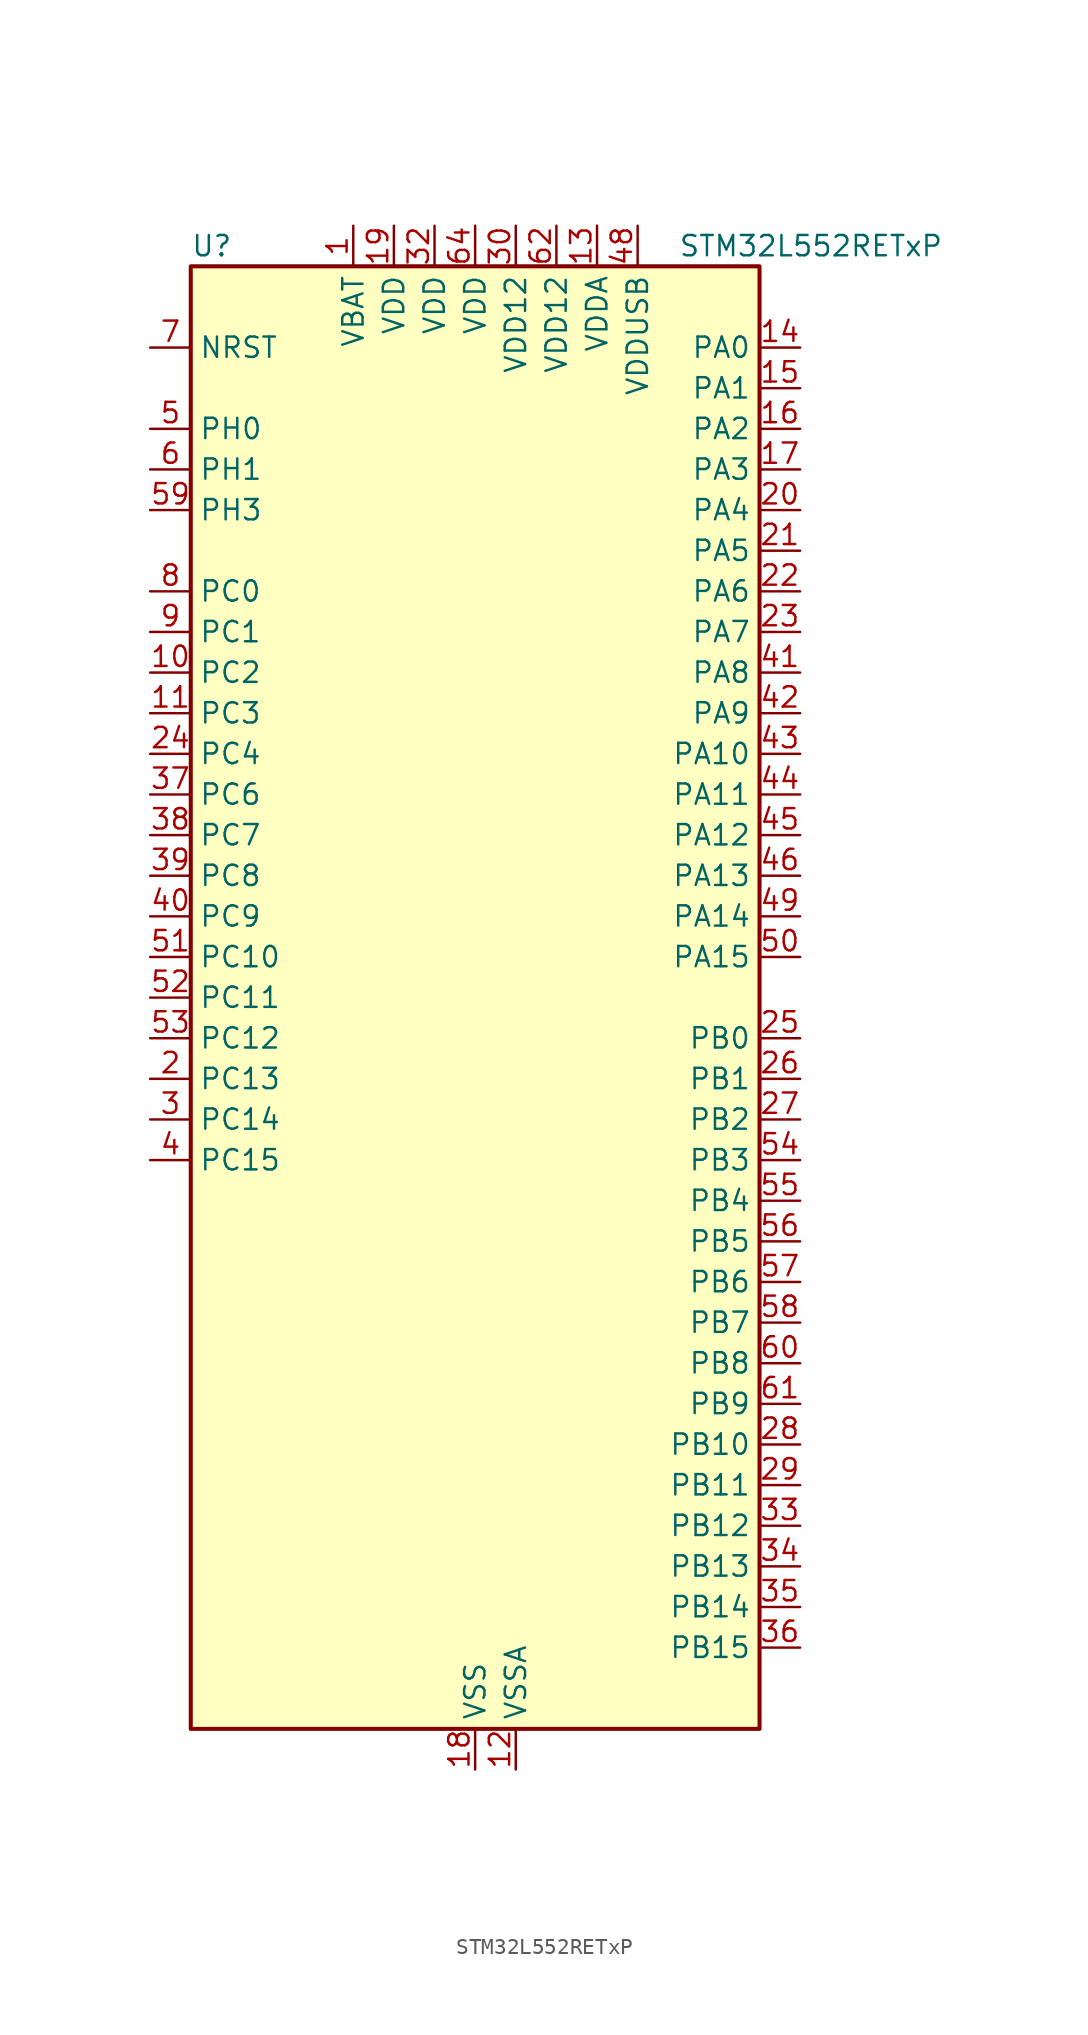
<source format=kicad_sym>
(kicad_symbol_lib
  (version 20241209)
  (generator "kicad_symbol_editor")
  (generator_version "9.0")
  (symbol "STM32L552RETxP"
    (property "Reference" "U"
      (at -17.78 46.99 0)
      (effects (font (size 1.27 1.27)) (justify left)))
    (property "Value" "STM32L552RETxP"
      (at 12.7 46.99 0)
      (effects (font (size 1.27 1.27)) (justify left)))
    (symbol "STM32L552RETxP_0_1"
      (rectangle (start -17.78 -45.72) (end 17.78 45.72) (stroke (width 0.254) (type default)) (fill (type background))))
    (symbol "STM32L552RETxP_1_1"
      (pin input line (at -20.32 40.64 0) (length 2.54) (name "NRST" (effects (font (size 1.27 1.27)))) (number "7" (effects (font (size 1.27 1.27)))))
      (pin bidirectional line (at -20.32 35.56 0) (length 2.54) (name "PH0" (effects (font (size 1.27 1.27)))) (number "5" (effects (font (size 1.27 1.27)))) (alternate "RCC_OSC_IN" bidirectional line))
      (pin bidirectional line (at -20.32 33.02 0) (length 2.54) (name "PH1" (effects (font (size 1.27 1.27)))) (number "6" (effects (font (size 1.27 1.27)))) (alternate "RCC_OSC_OUT" bidirectional line))
      (pin bidirectional line (at -20.32 30.48 0) (length 2.54) (name "PH3" (effects (font (size 1.27 1.27)))) (number "59" (effects (font (size 1.27 1.27)))))
      (pin bidirectional line (at -20.32 25.4 0) (length 2.54) (name "PC0" (effects (font (size 1.27 1.27)))) (number "8" (effects (font (size 1.27 1.27)))) (alternate "ADC1_IN1" bidirectional line) (alternate "ADC2_IN1" bidirectional line) (alternate "I2C3_SCL" bidirectional line) (alternate "LPTIM1_IN1" bidirectional line) (alternate "LPTIM2_IN1" bidirectional line) (alternate "LPUART1_RX" bidirectional line) (alternate "OCTOSPI1_IO7" bidirectional line) (alternate "SAI2_FS_A" bidirectional line))
      (pin bidirectional line (at -20.32 22.86 0) (length 2.54) (name "PC1" (effects (font (size 1.27 1.27)))) (number "9" (effects (font (size 1.27 1.27)))) (alternate "ADC1_IN2" bidirectional line) (alternate "ADC2_IN2" bidirectional line) (alternate "DEBUG_TRACED0" bidirectional line) (alternate "I2C3_SDA" bidirectional line) (alternate "LPTIM1_OUT" bidirectional line) (alternate "LPUART1_TX" bidirectional line) (alternate "OCTOSPI1_IO4" bidirectional line) (alternate "SAI1_SD_A" bidirectional line) (alternate "SPI2_MOSI" bidirectional line))
      (pin bidirectional line (at -20.32 20.32 0) (length 2.54) (name "PC2" (effects (font (size 1.27 1.27)))) (number "10" (effects (font (size 1.27 1.27)))) (alternate "ADC1_IN3" bidirectional line) (alternate "ADC2_IN3" bidirectional line) (alternate "DFSDM1_CKOUT" bidirectional line) (alternate "LPTIM1_IN2" bidirectional line) (alternate "OCTOSPI1_IO5" bidirectional line) (alternate "SPI2_MISO" bidirectional line))
      (pin bidirectional line (at -20.32 17.78 0) (length 2.54) (name "PC3" (effects (font (size 1.27 1.27)))) (number "11" (effects (font (size 1.27 1.27)))) (alternate "ADC1_IN4" bidirectional line) (alternate "ADC2_IN4" bidirectional line) (alternate "LPTIM1_ETR" bidirectional line) (alternate "LPTIM2_ETR" bidirectional line) (alternate "LPTIM3_OUT" bidirectional line) (alternate "OCTOSPI1_IO6" bidirectional line) (alternate "SAI1_D1" bidirectional line) (alternate "SAI1_SD_A" bidirectional line) (alternate "SPI2_MOSI" bidirectional line))
      (pin bidirectional line (at -20.32 15.24 0) (length 2.54) (name "PC4" (effects (font (size 1.27 1.27)))) (number "24" (effects (font (size 1.27 1.27)))) (alternate "ADC1_IN13" bidirectional line) (alternate "ADC2_IN13" bidirectional line) (alternate "COMP1_INM" bidirectional line) (alternate "OCTOSPI1_IO7" bidirectional line) (alternate "USART3_TX" bidirectional line))
      (pin bidirectional line (at -20.32 12.7 0) (length 2.54) (name "PC6" (effects (font (size 1.27 1.27)))) (number "37" (effects (font (size 1.27 1.27)))) (alternate "DFSDM1_CKIN3" bidirectional line) (alternate "SAI2_MCLK_A" bidirectional line) (alternate "TIM3_CH1" bidirectional line) (alternate "TIM8_CH1" bidirectional line) (alternate "TSC_G4_IO1" bidirectional line))
      (pin bidirectional line (at -20.32 10.16 0) (length 2.54) (name "PC7" (effects (font (size 1.27 1.27)))) (number "38" (effects (font (size 1.27 1.27)))) (alternate "DFSDM1_DATIN3" bidirectional line) (alternate "SAI2_MCLK_B" bidirectional line) (alternate "TIM3_CH2" bidirectional line) (alternate "TIM8_CH2" bidirectional line) (alternate "TSC_G4_IO2" bidirectional line))
      (pin bidirectional line (at -20.32 7.62 0) (length 2.54) (name "PC8" (effects (font (size 1.27 1.27)))) (number "39" (effects (font (size 1.27 1.27)))) (alternate "TIM3_CH3" bidirectional line) (alternate "TIM8_CH3" bidirectional line) (alternate "TSC_G4_IO3" bidirectional line))
      (pin bidirectional line (at -20.32 5.08 0) (length 2.54) (name "PC9" (effects (font (size 1.27 1.27)))) (number "40" (effects (font (size 1.27 1.27)))) (alternate "DAC1_EXTI9" bidirectional line) (alternate "DEBUG_TRACED0" bidirectional line) (alternate "SAI2_EXTCLK" bidirectional line) (alternate "TIM3_CH4" bidirectional line) (alternate "TIM8_BKIN2" bidirectional line) (alternate "TIM8_CH4" bidirectional line) (alternate "TSC_G4_IO4" bidirectional line) (alternate "USB_NOE" bidirectional line))
      (pin bidirectional line (at -20.32 2.54 0) (length 2.54) (name "PC10" (effects (font (size 1.27 1.27)))) (number "51" (effects (font (size 1.27 1.27)))) (alternate "DEBUG_TRACED1" bidirectional line) (alternate "LPTIM3_ETR" bidirectional line) (alternate "SAI2_SCK_B" bidirectional line) (alternate "SPI3_SCK" bidirectional line) (alternate "TSC_G3_IO2" bidirectional line) (alternate "UART4_TX" bidirectional line) (alternate "USART3_TX" bidirectional line))
      (pin bidirectional line (at -20.32 0 0) (length 2.54) (name "PC11" (effects (font (size 1.27 1.27)))) (number "52" (effects (font (size 1.27 1.27)))) (alternate "ADC1_EXTI11" bidirectional line) (alternate "ADC2_EXTI11" bidirectional line) (alternate "LPTIM3_IN1" bidirectional line) (alternate "OCTOSPI1_NCS" bidirectional line) (alternate "SAI2_MCLK_B" bidirectional line) (alternate "SPI3_MISO" bidirectional line) (alternate "TSC_G3_IO3" bidirectional line) (alternate "UART4_RX" bidirectional line) (alternate "UCPD1_FRSTX2" bidirectional line) (alternate "USART3_RX" bidirectional line))
      (pin bidirectional line (at -20.32 -2.54 0) (length 2.54) (name "PC12" (effects (font (size 1.27 1.27)))) (number "53" (effects (font (size 1.27 1.27)))) (alternate "DEBUG_TRACED3" bidirectional line) (alternate "SAI2_SD_B" bidirectional line) (alternate "SPI3_MOSI" bidirectional line) (alternate "TSC_G3_IO4" bidirectional line) (alternate "UART5_TX" bidirectional line) (alternate "USART3_CK" bidirectional line))
      (pin bidirectional line (at -20.32 -5.08 0) (length 2.54) (name "PC13" (effects (font (size 1.27 1.27)))) (number "2" (effects (font (size 1.27 1.27)))) (alternate "PWR_WKUP2" bidirectional line) (alternate "RTC_OUT1" bidirectional line) (alternate "RTC_TS" bidirectional line) (alternate "TAMP_IN1" bidirectional line) (alternate "TAMP_OUT2" bidirectional line))
      (pin bidirectional line (at -20.32 -7.62 0) (length 2.54) (name "PC14" (effects (font (size 1.27 1.27)))) (number "3" (effects (font (size 1.27 1.27)))) (alternate "RCC_OSC32_IN" bidirectional line))
      (pin bidirectional line (at -20.32 -10.16 0) (length 2.54) (name "PC15" (effects (font (size 1.27 1.27)))) (number "4" (effects (font (size 1.27 1.27)))) (alternate "ADC1_EXTI15" bidirectional line) (alternate "ADC2_EXTI15" bidirectional line) (alternate "RCC_OSC32_OUT" bidirectional line))
      (pin power_in line (at -7.62 48.26 270) (length 2.54) (name "VBAT" (effects (font (size 1.27 1.27)))) (number "1" (effects (font (size 1.27 1.27)))))
      (pin power_in line (at -5.08 48.26 270) (length 2.54) (name "VDD" (effects (font (size 1.27 1.27)))) (number "19" (effects (font (size 1.27 1.27)))))
      (pin power_in line (at -2.54 48.26 270) (length 2.54) (name "VDD" (effects (font (size 1.27 1.27)))) (number "32" (effects (font (size 1.27 1.27)))))
      (pin power_in line (at 0 48.26 270) (length 2.54) (name "VDD" (effects (font (size 1.27 1.27)))) (number "64" (effects (font (size 1.27 1.27)))))
      (pin power_in line (at 0 -48.26 90) (length 2.54) (name "VSS" (effects (font (size 1.27 1.27)))) (number "18" (effects (font (size 1.27 1.27)))))
      (pin passive line (at 0 -48.26 90) (length 2.54) (hide yes) (name "VSS" (effects (font (size 1.27 1.27)))) (number "31" (effects (font (size 1.27 1.27)))))
      (pin passive line (at 0 -48.26 90) (length 2.54) (hide yes) (name "VSS" (effects (font (size 1.27 1.27)))) (number "47" (effects (font (size 1.27 1.27)))))
      (pin passive line (at 0 -48.26 90) (length 2.54) (hide yes) (name "VSS" (effects (font (size 1.27 1.27)))) (number "63" (effects (font (size 1.27 1.27)))))
      (pin power_in line (at 2.54 48.26 270) (length 2.54) (name "VDD12" (effects (font (size 1.27 1.27)))) (number "30" (effects (font (size 1.27 1.27)))))
      (pin power_in line (at 2.54 -48.26 90) (length 2.54) (name "VSSA" (effects (font (size 1.27 1.27)))) (number "12" (effects (font (size 1.27 1.27)))))
      (pin power_in line (at 5.08 48.26 270) (length 2.54) (name "VDD12" (effects (font (size 1.27 1.27)))) (number "62" (effects (font (size 1.27 1.27)))))
      (pin power_in line (at 7.62 48.26 270) (length 2.54) (name "VDDA" (effects (font (size 1.27 1.27)))) (number "13" (effects (font (size 1.27 1.27)))))
      (pin power_in line (at 10.16 48.26 270) (length 2.54) (name "VDDUSB" (effects (font (size 1.27 1.27)))) (number "48" (effects (font (size 1.27 1.27)))))
      (pin bidirectional line (at 20.32 40.64 180) (length 2.54) (name "PA0" (effects (font (size 1.27 1.27)))) (number "14" (effects (font (size 1.27 1.27)))) (alternate "ADC1_IN5" bidirectional line) (alternate "ADC2_IN5" bidirectional line) (alternate "OPAMP1_VINP" bidirectional line) (alternate "PWR_WKUP1" bidirectional line) (alternate "SAI1_EXTCLK" bidirectional line) (alternate "TAMP_IN2" bidirectional line) (alternate "TAMP_OUT1" bidirectional line) (alternate "TIM2_CH1" bidirectional line) (alternate "TIM2_ETR" bidirectional line) (alternate "TIM5_CH1" bidirectional line) (alternate "TIM8_ETR" bidirectional line) (alternate "UART4_TX" bidirectional line) (alternate "USART2_CTS" bidirectional line) (alternate "USART2_NSS" bidirectional line))
      (pin bidirectional line (at 20.32 38.1 180) (length 2.54) (name "PA1" (effects (font (size 1.27 1.27)))) (number "15" (effects (font (size 1.27 1.27)))) (alternate "ADC1_IN6" bidirectional line) (alternate "ADC2_IN6" bidirectional line) (alternate "I2C1_SMBA" bidirectional line) (alternate "OCTOSPI1_DQS" bidirectional line) (alternate "OPAMP1_VINM" bidirectional line) (alternate "SPI1_SCK" bidirectional line) (alternate "TAMP_IN5" bidirectional line) (alternate "TAMP_OUT4" bidirectional line) (alternate "TIM15_CH1N" bidirectional line) (alternate "TIM2_CH2" bidirectional line) (alternate "TIM5_CH2" bidirectional line) (alternate "UART4_RX" bidirectional line) (alternate "USART2_DE" bidirectional line) (alternate "USART2_RTS" bidirectional line))
      (pin bidirectional line (at 20.32 35.56 180) (length 2.54) (name "PA2" (effects (font (size 1.27 1.27)))) (number "16" (effects (font (size 1.27 1.27)))) (alternate "ADC1_IN7" bidirectional line) (alternate "ADC2_IN7" bidirectional line) (alternate "COMP1_INP" bidirectional line) (alternate "LPUART1_TX" bidirectional line) (alternate "OCTOSPI1_NCS" bidirectional line) (alternate "PWR_WKUP4" bidirectional line) (alternate "RCC_LSCO" bidirectional line) (alternate "SAI2_EXTCLK" bidirectional line) (alternate "TIM15_CH1" bidirectional line) (alternate "TIM2_CH3" bidirectional line) (alternate "TIM5_CH3" bidirectional line) (alternate "UCPD1_FRSTX1" bidirectional line) (alternate "USART2_TX" bidirectional line))
      (pin bidirectional line (at 20.32 33.02 180) (length 2.54) (name "PA3" (effects (font (size 1.27 1.27)))) (number "17" (effects (font (size 1.27 1.27)))) (alternate "ADC1_IN8" bidirectional line) (alternate "ADC2_IN8" bidirectional line) (alternate "LPUART1_RX" bidirectional line) (alternate "OCTOSPI1_CLK" bidirectional line) (alternate "OPAMP1_VOUT" bidirectional line) (alternate "SAI1_CK1" bidirectional line) (alternate "SAI1_MCLK_A" bidirectional line) (alternate "TIM15_CH2" bidirectional line) (alternate "TIM2_CH4" bidirectional line) (alternate "TIM5_CH4" bidirectional line) (alternate "USART2_RX" bidirectional line))
      (pin bidirectional line (at 20.32 30.48 180) (length 2.54) (name "PA4" (effects (font (size 1.27 1.27)))) (number "20" (effects (font (size 1.27 1.27)))) (alternate "ADC1_IN9" bidirectional line) (alternate "ADC2_IN9" bidirectional line) (alternate "DAC1_OUT1" bidirectional line) (alternate "LPTIM2_OUT" bidirectional line) (alternate "OCTOSPI1_NCS" bidirectional line) (alternate "SAI1_FS_B" bidirectional line) (alternate "SPI1_NSS" bidirectional line) (alternate "SPI3_NSS" bidirectional line) (alternate "USART2_CK" bidirectional line))
      (pin bidirectional line (at 20.32 27.94 180) (length 2.54) (name "PA5" (effects (font (size 1.27 1.27)))) (number "21" (effects (font (size 1.27 1.27)))) (alternate "ADC1_IN10" bidirectional line) (alternate "ADC2_IN10" bidirectional line) (alternate "DAC1_OUT2" bidirectional line) (alternate "LPTIM2_ETR" bidirectional line) (alternate "SPI1_SCK" bidirectional line) (alternate "TIM2_CH1" bidirectional line) (alternate "TIM2_ETR" bidirectional line) (alternate "TIM8_CH1N" bidirectional line))
      (pin bidirectional line (at 20.32 25.4 180) (length 2.54) (name "PA6" (effects (font (size 1.27 1.27)))) (number "22" (effects (font (size 1.27 1.27)))) (alternate "ADC1_IN11" bidirectional line) (alternate "ADC2_IN11" bidirectional line) (alternate "LPUART1_CTS" bidirectional line) (alternate "OCTOSPI1_IO3" bidirectional line) (alternate "OPAMP2_VINP" bidirectional line) (alternate "SPI1_MISO" bidirectional line) (alternate "TIM16_CH1" bidirectional line) (alternate "TIM1_BKIN" bidirectional line) (alternate "TIM3_CH1" bidirectional line) (alternate "TIM8_BKIN" bidirectional line) (alternate "USART3_CTS" bidirectional line) (alternate "USART3_NSS" bidirectional line))
      (pin bidirectional line (at 20.32 22.86 180) (length 2.54) (name "PA7" (effects (font (size 1.27 1.27)))) (number "23" (effects (font (size 1.27 1.27)))) (alternate "ADC1_IN12" bidirectional line) (alternate "ADC2_IN12" bidirectional line) (alternate "I2C3_SCL" bidirectional line) (alternate "OCTOSPI1_IO2" bidirectional line) (alternate "OPAMP2_VINM" bidirectional line) (alternate "SPI1_MOSI" bidirectional line) (alternate "TIM17_CH1" bidirectional line) (alternate "TIM1_CH1N" bidirectional line) (alternate "TIM3_CH2" bidirectional line) (alternate "TIM8_CH1N" bidirectional line))
      (pin bidirectional line (at 20.32 20.32 180) (length 2.54) (name "PA8" (effects (font (size 1.27 1.27)))) (number "41" (effects (font (size 1.27 1.27)))) (alternate "LPTIM2_OUT" bidirectional line) (alternate "RCC_MCO" bidirectional line) (alternate "SAI1_CK2" bidirectional line) (alternate "SAI1_SCK_A" bidirectional line) (alternate "TIM1_CH1" bidirectional line) (alternate "USART1_CK" bidirectional line))
      (pin bidirectional line (at 20.32 17.78 180) (length 2.54) (name "PA9" (effects (font (size 1.27 1.27)))) (number "42" (effects (font (size 1.27 1.27)))) (alternate "DAC1_EXTI9" bidirectional line) (alternate "SAI1_FS_A" bidirectional line) (alternate "SPI2_SCK" bidirectional line) (alternate "TIM15_BKIN" bidirectional line) (alternate "TIM1_CH2" bidirectional line) (alternate "USART1_TX" bidirectional line))
      (pin bidirectional line (at 20.32 15.24 180) (length 2.54) (name "PA10" (effects (font (size 1.27 1.27)))) (number "43" (effects (font (size 1.27 1.27)))) (alternate "CRS_SYNC" bidirectional line) (alternate "SAI1_D1" bidirectional line) (alternate "SAI1_SD_A" bidirectional line) (alternate "TIM17_BKIN" bidirectional line) (alternate "TIM1_CH3" bidirectional line) (alternate "USART1_RX" bidirectional line))
      (pin bidirectional line (at 20.32 12.7 180) (length 2.54) (name "PA11" (effects (font (size 1.27 1.27)))) (number "44" (effects (font (size 1.27 1.27)))) (alternate "ADC1_EXTI11" bidirectional line) (alternate "ADC2_EXTI11" bidirectional line) (alternate "FDCAN1_RX" bidirectional line) (alternate "SPI1_MISO" bidirectional line) (alternate "TIM1_BKIN2" bidirectional line) (alternate "TIM1_CH4" bidirectional line) (alternate "USART1_CTS" bidirectional line) (alternate "USART1_NSS" bidirectional line) (alternate "USB_DM" bidirectional line))
      (pin bidirectional line (at 20.32 10.16 180) (length 2.54) (name "PA12" (effects (font (size 1.27 1.27)))) (number "45" (effects (font (size 1.27 1.27)))) (alternate "FDCAN1_TX" bidirectional line) (alternate "SPI1_MOSI" bidirectional line) (alternate "TIM1_ETR" bidirectional line) (alternate "USART1_DE" bidirectional line) (alternate "USART1_RTS" bidirectional line) (alternate "USB_DP" bidirectional line))
      (pin bidirectional line (at 20.32 7.62 180) (length 2.54) (name "PA13" (effects (font (size 1.27 1.27)))) (number "46" (effects (font (size 1.27 1.27)))) (alternate "DEBUG_JTMS-SWDIO" bidirectional line) (alternate "IR_OUT" bidirectional line) (alternate "SAI1_SD_B" bidirectional line) (alternate "USB_NOE" bidirectional line))
      (pin bidirectional line (at 20.32 5.08 180) (length 2.54) (name "PA14" (effects (font (size 1.27 1.27)))) (number "49" (effects (font (size 1.27 1.27)))) (alternate "DEBUG_JTCK-SWCLK" bidirectional line) (alternate "I2C1_SMBA" bidirectional line) (alternate "I2C4_SMBA" bidirectional line) (alternate "LPTIM1_OUT" bidirectional line) (alternate "SAI1_FS_B" bidirectional line))
      (pin bidirectional line (at 20.32 2.54 180) (length 2.54) (name "PA15" (effects (font (size 1.27 1.27)))) (number "50" (effects (font (size 1.27 1.27)))) (alternate "ADC1_EXTI15" bidirectional line) (alternate "ADC2_EXTI15" bidirectional line) (alternate "DEBUG_JTDI" bidirectional line) (alternate "SAI2_FS_B" bidirectional line) (alternate "SPI1_NSS" bidirectional line) (alternate "SPI3_NSS" bidirectional line) (alternate "TIM2_CH1" bidirectional line) (alternate "TIM2_ETR" bidirectional line) (alternate "UART4_DE" bidirectional line) (alternate "UART4_RTS" bidirectional line) (alternate "UCPD1_CC1" bidirectional line) (alternate "USART2_RX" bidirectional line) (alternate "USART3_DE" bidirectional line) (alternate "USART3_RTS" bidirectional line))
      (pin bidirectional line (at 20.32 -2.54 180) (length 2.54) (name "PB0" (effects (font (size 1.27 1.27)))) (number "25" (effects (font (size 1.27 1.27)))) (alternate "ADC1_IN15" bidirectional line) (alternate "ADC2_IN15" bidirectional line) (alternate "COMP1_OUT" bidirectional line) (alternate "OCTOSPI1_IO1" bidirectional line) (alternate "OPAMP2_VOUT" bidirectional line) (alternate "SAI1_EXTCLK" bidirectional line) (alternate "SPI1_NSS" bidirectional line) (alternate "TIM1_CH2N" bidirectional line) (alternate "TIM3_CH3" bidirectional line) (alternate "TIM8_CH2N" bidirectional line) (alternate "USART3_CK" bidirectional line))
      (pin bidirectional line (at 20.32 -5.08 180) (length 2.54) (name "PB1" (effects (font (size 1.27 1.27)))) (number "26" (effects (font (size 1.27 1.27)))) (alternate "ADC1_IN16" bidirectional line) (alternate "ADC2_IN16" bidirectional line) (alternate "COMP1_INM" bidirectional line) (alternate "DFSDM1_DATIN0" bidirectional line) (alternate "LPTIM2_IN1" bidirectional line) (alternate "LPUART1_DE" bidirectional line) (alternate "LPUART1_RTS" bidirectional line) (alternate "OCTOSPI1_IO0" bidirectional line) (alternate "TIM1_CH3N" bidirectional line) (alternate "TIM3_CH4" bidirectional line) (alternate "TIM8_CH3N" bidirectional line) (alternate "USART3_DE" bidirectional line) (alternate "USART3_RTS" bidirectional line))
      (pin bidirectional line (at 20.32 -7.62 180) (length 2.54) (name "PB2" (effects (font (size 1.27 1.27)))) (number "27" (effects (font (size 1.27 1.27)))) (alternate "COMP1_INP" bidirectional line) (alternate "DFSDM1_CKIN0" bidirectional line) (alternate "I2C3_SMBA" bidirectional line) (alternate "LPTIM1_OUT" bidirectional line) (alternate "OCTOSPI1_DQS" bidirectional line) (alternate "RTC_OUT2" bidirectional line) (alternate "UCPD1_FRSTX1" bidirectional line))
      (pin bidirectional line (at 20.32 -10.16 180) (length 2.54) (name "PB3" (effects (font (size 1.27 1.27)))) (number "54" (effects (font (size 1.27 1.27)))) (alternate "COMP2_INM" bidirectional line) (alternate "CRS_SYNC" bidirectional line) (alternate "DEBUG_JTDO-SWO" bidirectional line) (alternate "SAI1_SCK_B" bidirectional line) (alternate "SPI1_SCK" bidirectional line) (alternate "SPI3_SCK" bidirectional line) (alternate "TIM2_CH2" bidirectional line) (alternate "USART1_DE" bidirectional line) (alternate "USART1_RTS" bidirectional line))
      (pin bidirectional line (at 20.32 -12.7 180) (length 2.54) (name "PB4" (effects (font (size 1.27 1.27)))) (number "55" (effects (font (size 1.27 1.27)))) (alternate "COMP2_INP" bidirectional line) (alternate "DEBUG_JTRST" bidirectional line) (alternate "I2C3_SDA" bidirectional line) (alternate "SAI1_MCLK_B" bidirectional line) (alternate "SPI1_MISO" bidirectional line) (alternate "SPI3_MISO" bidirectional line) (alternate "TIM17_BKIN" bidirectional line) (alternate "TIM3_CH1" bidirectional line) (alternate "TSC_G2_IO1" bidirectional line) (alternate "UART5_DE" bidirectional line) (alternate "UART5_RTS" bidirectional line) (alternate "USART1_CTS" bidirectional line) (alternate "USART1_NSS" bidirectional line))
      (pin bidirectional line (at 20.32 -15.24 180) (length 2.54) (name "PB5" (effects (font (size 1.27 1.27)))) (number "56" (effects (font (size 1.27 1.27)))) (alternate "COMP2_OUT" bidirectional line) (alternate "I2C1_SMBA" bidirectional line) (alternate "LPTIM1_IN1" bidirectional line) (alternate "OCTOSPI1_NCLK" bidirectional line) (alternate "SAI1_SD_B" bidirectional line) (alternate "SPI1_MOSI" bidirectional line) (alternate "SPI3_MOSI" bidirectional line) (alternate "TIM16_BKIN" bidirectional line) (alternate "TIM3_CH2" bidirectional line) (alternate "TSC_G2_IO2" bidirectional line) (alternate "UART5_CTS" bidirectional line) (alternate "UCPD1_DBCC1" bidirectional line) (alternate "USART1_CK" bidirectional line))
      (pin bidirectional line (at 20.32 -17.78 180) (length 2.54) (name "PB6" (effects (font (size 1.27 1.27)))) (number "57" (effects (font (size 1.27 1.27)))) (alternate "COMP2_INP" bidirectional line) (alternate "I2C1_SCL" bidirectional line) (alternate "I2C4_SCL" bidirectional line) (alternate "LPTIM1_ETR" bidirectional line) (alternate "SAI1_FS_B" bidirectional line) (alternate "TIM16_CH1N" bidirectional line) (alternate "TIM4_CH1" bidirectional line) (alternate "TIM8_BKIN2" bidirectional line) (alternate "TSC_G2_IO3" bidirectional line) (alternate "USART1_TX" bidirectional line))
      (pin bidirectional line (at 20.32 -20.32 180) (length 2.54) (name "PB7" (effects (font (size 1.27 1.27)))) (number "58" (effects (font (size 1.27 1.27)))) (alternate "COMP2_INM" bidirectional line) (alternate "I2C1_SDA" bidirectional line) (alternate "I2C4_SDA" bidirectional line) (alternate "LPTIM1_IN2" bidirectional line) (alternate "PWR_PVD_IN" bidirectional line) (alternate "TIM17_CH1N" bidirectional line) (alternate "TIM4_CH2" bidirectional line) (alternate "TIM8_BKIN" bidirectional line) (alternate "TSC_G2_IO4" bidirectional line) (alternate "UART4_CTS" bidirectional line) (alternate "USART1_RX" bidirectional line))
      (pin bidirectional line (at 20.32 -22.86 180) (length 2.54) (name "PB8" (effects (font (size 1.27 1.27)))) (number "60" (effects (font (size 1.27 1.27)))) (alternate "DFSDM1_CKOUT" bidirectional line) (alternate "FDCAN1_RX" bidirectional line) (alternate "I2C1_SCL" bidirectional line) (alternate "SAI1_CK1" bidirectional line) (alternate "SAI1_MCLK_A" bidirectional line) (alternate "TIM16_CH1" bidirectional line) (alternate "TIM4_CH3" bidirectional line))
      (pin bidirectional line (at 20.32 -25.4 180) (length 2.54) (name "PB9" (effects (font (size 1.27 1.27)))) (number "61" (effects (font (size 1.27 1.27)))) (alternate "DAC1_EXTI9" bidirectional line) (alternate "FDCAN1_TX" bidirectional line) (alternate "I2C1_SDA" bidirectional line) (alternate "IR_OUT" bidirectional line) (alternate "SAI1_D2" bidirectional line) (alternate "SAI1_FS_A" bidirectional line) (alternate "SPI2_NSS" bidirectional line) (alternate "TIM17_CH1" bidirectional line) (alternate "TIM4_CH4" bidirectional line))
      (pin bidirectional line (at 20.32 -27.94 180) (length 2.54) (name "PB10" (effects (font (size 1.27 1.27)))) (number "28" (effects (font (size 1.27 1.27)))) (alternate "COMP1_OUT" bidirectional line) (alternate "I2C2_SCL" bidirectional line) (alternate "I2C4_SCL" bidirectional line) (alternate "LPTIM3_OUT" bidirectional line) (alternate "LPUART1_RX" bidirectional line) (alternate "OCTOSPI1_CLK" bidirectional line) (alternate "SAI1_SCK_A" bidirectional line) (alternate "SPI2_SCK" bidirectional line) (alternate "TIM2_CH3" bidirectional line) (alternate "TSC_SYNC" bidirectional line) (alternate "USART3_TX" bidirectional line))
      (pin bidirectional line (at 20.32 -30.48 180) (length 2.54) (name "PB11" (effects (font (size 1.27 1.27)))) (number "29" (effects (font (size 1.27 1.27)))) (alternate "ADC1_EXTI11" bidirectional line) (alternate "ADC2_EXTI11" bidirectional line) (alternate "COMP2_OUT" bidirectional line) (alternate "I2C2_SDA" bidirectional line) (alternate "I2C4_SDA" bidirectional line) (alternate "LPUART1_TX" bidirectional line) (alternate "OCTOSPI1_NCS" bidirectional line) (alternate "TIM2_CH4" bidirectional line) (alternate "USART3_RX" bidirectional line))
      (pin bidirectional line (at 20.32 -33.02 180) (length 2.54) (name "PB12" (effects (font (size 1.27 1.27)))) (number "33" (effects (font (size 1.27 1.27)))) (alternate "DFSDM1_DATIN1" bidirectional line) (alternate "I2C2_SMBA" bidirectional line) (alternate "LPUART1_DE" bidirectional line) (alternate "LPUART1_RTS" bidirectional line) (alternate "OCTOSPI1_NCLK" bidirectional line) (alternate "SAI2_FS_A" bidirectional line) (alternate "SPI2_NSS" bidirectional line) (alternate "TIM15_BKIN" bidirectional line) (alternate "TIM1_BKIN" bidirectional line) (alternate "TSC_G1_IO1" bidirectional line) (alternate "USART3_CK" bidirectional line))
      (pin bidirectional line (at 20.32 -35.56 180) (length 2.54) (name "PB13" (effects (font (size 1.27 1.27)))) (number "34" (effects (font (size 1.27 1.27)))) (alternate "DFSDM1_CKIN1" bidirectional line) (alternate "I2C2_SCL" bidirectional line) (alternate "LPTIM3_IN1" bidirectional line) (alternate "LPUART1_CTS" bidirectional line) (alternate "SAI2_SCK_A" bidirectional line) (alternate "SPI2_SCK" bidirectional line) (alternate "TIM15_CH1N" bidirectional line) (alternate "TIM1_CH1N" bidirectional line) (alternate "TSC_G1_IO2" bidirectional line) (alternate "UCPD1_FRSTX2" bidirectional line) (alternate "USART3_CTS" bidirectional line) (alternate "USART3_NSS" bidirectional line))
      (pin bidirectional line (at 20.32 -38.1 180) (length 2.54) (name "PB14" (effects (font (size 1.27 1.27)))) (number "35" (effects (font (size 1.27 1.27)))) (alternate "DFSDM1_DATIN2" bidirectional line) (alternate "I2C2_SDA" bidirectional line) (alternate "LPTIM3_ETR" bidirectional line) (alternate "SAI2_MCLK_A" bidirectional line) (alternate "SPI2_MISO" bidirectional line) (alternate "TIM15_CH1" bidirectional line) (alternate "TIM1_CH2N" bidirectional line) (alternate "TIM8_CH2N" bidirectional line) (alternate "TSC_G1_IO3" bidirectional line) (alternate "UCPD1_DBCC2" bidirectional line) (alternate "USART3_DE" bidirectional line) (alternate "USART3_RTS" bidirectional line))
      (pin bidirectional line (at 20.32 -40.64 180) (length 2.54) (name "PB15" (effects (font (size 1.27 1.27)))) (number "36" (effects (font (size 1.27 1.27)))) (alternate "ADC1_EXTI15" bidirectional line) (alternate "ADC2_EXTI15" bidirectional line) (alternate "DFSDM1_CKIN2" bidirectional line) (alternate "RTC_REFIN" bidirectional line) (alternate "SAI2_SD_A" bidirectional line) (alternate "SPI2_MOSI" bidirectional line) (alternate "TIM15_CH2" bidirectional line) (alternate "TIM1_CH3N" bidirectional line) (alternate "TIM8_CH3N" bidirectional line) (alternate "UCPD1_CC2" bidirectional line)))))
</source>
